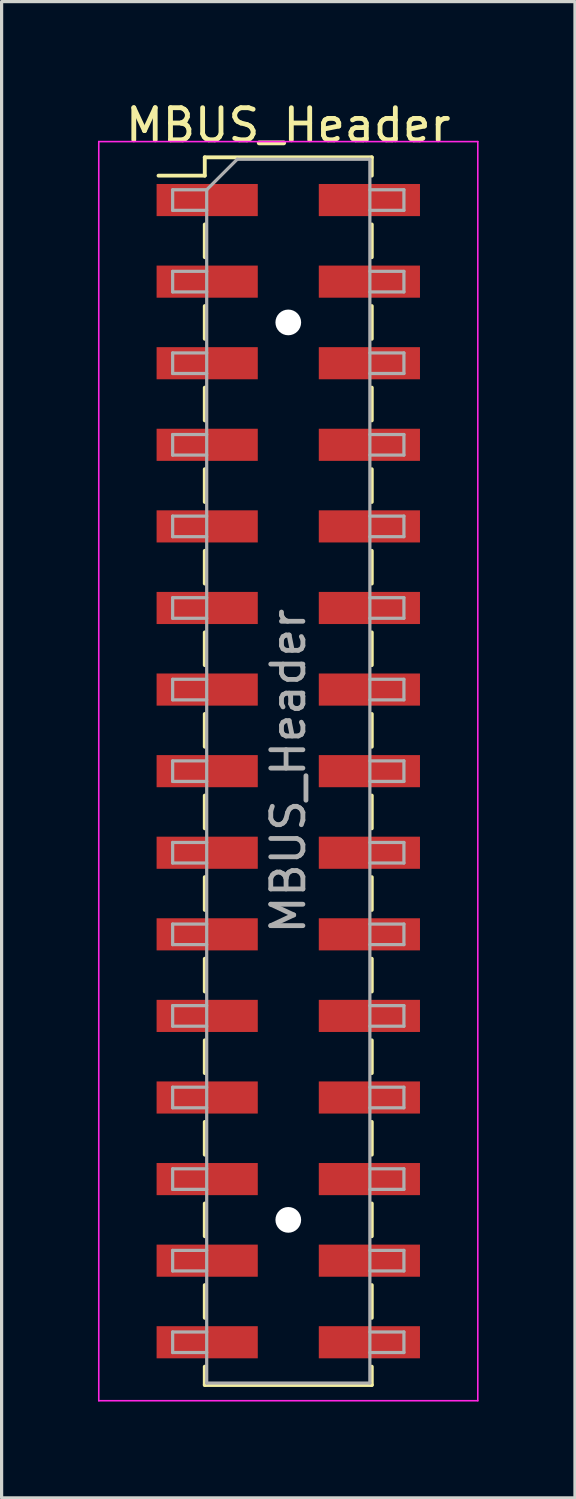
<source format=kicad_pcb>
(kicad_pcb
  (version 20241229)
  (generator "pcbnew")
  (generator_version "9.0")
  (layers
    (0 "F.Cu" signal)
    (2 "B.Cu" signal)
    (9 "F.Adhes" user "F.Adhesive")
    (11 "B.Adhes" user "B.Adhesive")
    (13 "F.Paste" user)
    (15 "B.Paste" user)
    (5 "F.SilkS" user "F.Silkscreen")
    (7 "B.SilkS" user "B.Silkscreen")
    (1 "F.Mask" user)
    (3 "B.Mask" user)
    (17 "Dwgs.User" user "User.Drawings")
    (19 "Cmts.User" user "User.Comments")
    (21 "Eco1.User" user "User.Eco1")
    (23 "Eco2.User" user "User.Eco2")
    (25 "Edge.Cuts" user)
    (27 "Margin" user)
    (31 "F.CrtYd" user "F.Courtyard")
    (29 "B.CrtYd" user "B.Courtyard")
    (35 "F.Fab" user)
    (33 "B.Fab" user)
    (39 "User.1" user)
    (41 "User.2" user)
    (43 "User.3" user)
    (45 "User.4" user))
  (footprint "MBUS_Header"
    (layer "F.Cu")
    (at 5.925 20.958)
    (property "Reference" "MBUS_Header" (at 0 -20.11 0) (layer "F.SilkS") (effects (font (size 1 1) (thickness 0.15))))
    (attr smd)
    (fp_line (start -4.04 -18.54) (end -2.6 -18.54) (stroke (width 0.12) (type solid)) (layer "F.SilkS"))
    (fp_line (start -2.6 -19.11) (end -2.6 -18.54) (stroke (width 0.12) (type solid)) (layer "F.SilkS"))
    (fp_line (start -2.6 -19.11) (end 2.6 -19.11) (stroke (width 0.12) (type solid)) (layer "F.SilkS"))
    (fp_line (start -2.6 -17.02) (end -2.6 -16) (stroke (width 0.12) (type solid)) (layer "F.SilkS"))
    (fp_line (start -2.6 -14.48) (end -2.6 -13.46) (stroke (width 0.12) (type solid)) (layer "F.SilkS"))
    (fp_line (start -2.6 -11.94) (end -2.6 -10.92) (stroke (width 0.12) (type solid)) (layer "F.SilkS"))
    (fp_line (start -2.6 -9.4) (end -2.6 -8.38) (stroke (width 0.12) (type solid)) (layer "F.SilkS"))
    (fp_line (start -2.6 -6.86) (end -2.6 -5.84) (stroke (width 0.12) (type solid)) (layer "F.SilkS"))
    (fp_line (start -2.6 -4.32) (end -2.6 -3.3) (stroke (width 0.12) (type solid)) (layer "F.SilkS"))
    (fp_line (start -2.6 -1.78) (end -2.6 -0.76) (stroke (width 0.12) (type solid)) (layer "F.SilkS"))
    (fp_line (start -2.6 0.76) (end -2.6 1.78) (stroke (width 0.12) (type solid)) (layer "F.SilkS"))
    (fp_line (start -2.6 3.3) (end -2.6 4.32) (stroke (width 0.12) (type solid)) (layer "F.SilkS"))
    (fp_line (start -2.6 5.84) (end -2.6 6.86) (stroke (width 0.12) (type solid)) (layer "F.SilkS"))
    (fp_line (start -2.6 8.38) (end -2.6 9.4) (stroke (width 0.12) (type solid)) (layer "F.SilkS"))
    (fp_line (start -2.6 10.92) (end -2.6 11.94) (stroke (width 0.12) (type solid)) (layer "F.SilkS"))
    (fp_line (start -2.6 13.46) (end -2.6 14.48) (stroke (width 0.12) (type solid)) (layer "F.SilkS"))
    (fp_line (start -2.6 16) (end -2.6 17.02) (stroke (width 0.12) (type solid)) (layer "F.SilkS"))
    (fp_line (start -2.6 18.54) (end -2.6 19.11) (stroke (width 0.12) (type solid)) (layer "F.SilkS"))
    (fp_line (start -2.6 19.11) (end 2.6 19.11) (stroke (width 0.12) (type solid)) (layer "F.SilkS"))
    (fp_line (start 2.6 -19.11) (end 2.6 -18.54) (stroke (width 0.12) (type solid)) (layer "F.SilkS"))
    (fp_line (start 2.6 -17.02) (end 2.6 -16) (stroke (width 0.12) (type solid)) (layer "F.SilkS"))
    (fp_line (start 2.6 -14.48) (end 2.6 -13.46) (stroke (width 0.12) (type solid)) (layer "F.SilkS"))
    (fp_line (start 2.6 -11.94) (end 2.6 -10.92) (stroke (width 0.12) (type solid)) (layer "F.SilkS"))
    (fp_line (start 2.6 -9.4) (end 2.6 -8.38) (stroke (width 0.12) (type solid)) (layer "F.SilkS"))
    (fp_line (start 2.6 -6.86) (end 2.6 -5.84) (stroke (width 0.12) (type solid)) (layer "F.SilkS"))
    (fp_line (start 2.6 -4.32) (end 2.6 -3.3) (stroke (width 0.12) (type solid)) (layer "F.SilkS"))
    (fp_line (start 2.6 -1.78) (end 2.6 -0.76) (stroke (width 0.12) (type solid)) (layer "F.SilkS"))
    (fp_line (start 2.6 0.76) (end 2.6 1.78) (stroke (width 0.12) (type solid)) (layer "F.SilkS"))
    (fp_line (start 2.6 3.3) (end 2.6 4.32) (stroke (width 0.12) (type solid)) (layer "F.SilkS"))
    (fp_line (start 2.6 5.84) (end 2.6 6.86) (stroke (width 0.12) (type solid)) (layer "F.SilkS"))
    (fp_line (start 2.6 8.38) (end 2.6 9.4) (stroke (width 0.12) (type solid)) (layer "F.SilkS"))
    (fp_line (start 2.6 10.92) (end 2.6 11.94) (stroke (width 0.12) (type solid)) (layer "F.SilkS"))
    (fp_line (start 2.6 13.46) (end 2.6 14.48) (stroke (width 0.12) (type solid)) (layer "F.SilkS"))
    (fp_line (start 2.6 16) (end 2.6 17.02) (stroke (width 0.12) (type solid)) (layer "F.SilkS"))
    (fp_line (start 2.6 18.54) (end 2.6 19.11) (stroke (width 0.12) (type solid)) (layer "F.SilkS"))
    (fp_line (start -5.9 -19.6) (end -5.9 19.6) (stroke (width 0.05) (type solid)) (layer "F.CrtYd"))
    (fp_line (start -5.9 19.6) (end 5.9 19.6) (stroke (width 0.05) (type solid)) (layer "F.CrtYd"))
    (fp_line (start 5.9 -19.6) (end -5.9 -19.6) (stroke (width 0.05) (type solid)) (layer "F.CrtYd"))
    (fp_line (start 5.9 19.6) (end 5.9 -19.6) (stroke (width 0.05) (type solid)) (layer "F.CrtYd"))
    (fp_line (start -3.6 -18.1) (end -3.6 -17.46) (stroke (width 0.1) (type solid)) (layer "F.Fab"))
    (fp_line (start -3.6 -17.46) (end -2.54 -17.46) (stroke (width 0.1) (type solid)) (layer "F.Fab"))
    (fp_line (start -3.6 -15.56) (end -3.6 -14.92) (stroke (width 0.1) (type solid)) (layer "F.Fab"))
    (fp_line (start -3.6 -14.92) (end -2.54 -14.92) (stroke (width 0.1) (type solid)) (layer "F.Fab"))
    (fp_line (start -3.6 -13.02) (end -3.6 -12.38) (stroke (width 0.1) (type solid)) (layer "F.Fab"))
    (fp_line (start -3.6 -12.38) (end -2.54 -12.38) (stroke (width 0.1) (type solid)) (layer "F.Fab"))
    (fp_line (start -3.6 -10.48) (end -3.6 -9.84) (stroke (width 0.1) (type solid)) (layer "F.Fab"))
    (fp_line (start -3.6 -9.84) (end -2.54 -9.84) (stroke (width 0.1) (type solid)) (layer "F.Fab"))
    (fp_line (start -3.6 -7.94) (end -3.6 -7.3) (stroke (width 0.1) (type solid)) (layer "F.Fab"))
    (fp_line (start -3.6 -7.3) (end -2.54 -7.3) (stroke (width 0.1) (type solid)) (layer "F.Fab"))
    (fp_line (start -3.6 -5.4) (end -3.6 -4.76) (stroke (width 0.1) (type solid)) (layer "F.Fab"))
    (fp_line (start -3.6 -4.76) (end -2.54 -4.76) (stroke (width 0.1) (type solid)) (layer "F.Fab"))
    (fp_line (start -3.6 -2.86) (end -3.6 -2.22) (stroke (width 0.1) (type solid)) (layer "F.Fab"))
    (fp_line (start -3.6 -2.22) (end -2.54 -2.22) (stroke (width 0.1) (type solid)) (layer "F.Fab"))
    (fp_line (start -3.6 -0.32) (end -3.6 0.32) (stroke (width 0.1) (type solid)) (layer "F.Fab"))
    (fp_line (start -3.6 0.32) (end -2.54 0.32) (stroke (width 0.1) (type solid)) (layer "F.Fab"))
    (fp_line (start -3.6 2.22) (end -3.6 2.86) (stroke (width 0.1) (type solid)) (layer "F.Fab"))
    (fp_line (start -3.6 2.86) (end -2.54 2.86) (stroke (width 0.1) (type solid)) (layer "F.Fab"))
    (fp_line (start -3.6 4.76) (end -3.6 5.4) (stroke (width 0.1) (type solid)) (layer "F.Fab"))
    (fp_line (start -3.6 5.4) (end -2.54 5.4) (stroke (width 0.1) (type solid)) (layer "F.Fab"))
    (fp_line (start -3.6 7.3) (end -3.6 7.94) (stroke (width 0.1) (type solid)) (layer "F.Fab"))
    (fp_line (start -3.6 7.94) (end -2.54 7.94) (stroke (width 0.1) (type solid)) (layer "F.Fab"))
    (fp_line (start -3.6 9.84) (end -3.6 10.48) (stroke (width 0.1) (type solid)) (layer "F.Fab"))
    (fp_line (start -3.6 10.48) (end -2.54 10.48) (stroke (width 0.1) (type solid)) (layer "F.Fab"))
    (fp_line (start -3.6 12.38) (end -3.6 13.02) (stroke (width 0.1) (type solid)) (layer "F.Fab"))
    (fp_line (start -3.6 13.02) (end -2.54 13.02) (stroke (width 0.1) (type solid)) (layer "F.Fab"))
    (fp_line (start -3.6 14.92) (end -3.6 15.56) (stroke (width 0.1) (type solid)) (layer "F.Fab"))
    (fp_line (start -3.6 15.56) (end -2.54 15.56) (stroke (width 0.1) (type solid)) (layer "F.Fab"))
    (fp_line (start -3.6 17.46) (end -3.6 18.1) (stroke (width 0.1) (type solid)) (layer "F.Fab"))
    (fp_line (start -3.6 18.1) (end -2.54 18.1) (stroke (width 0.1) (type solid)) (layer "F.Fab"))
    (fp_line (start -2.54 -18.1) (end -3.6 -18.1) (stroke (width 0.1) (type solid)) (layer "F.Fab"))
    (fp_line (start -2.54 -18.1) (end -1.59 -19.05) (stroke (width 0.1) (type solid)) (layer "F.Fab"))
    (fp_line (start -2.54 -15.56) (end -3.6 -15.56) (stroke (width 0.1) (type solid)) (layer "F.Fab"))
    (fp_line (start -2.54 -13.02) (end -3.6 -13.02) (stroke (width 0.1) (type solid)) (layer "F.Fab"))
    (fp_line (start -2.54 -10.48) (end -3.6 -10.48) (stroke (width 0.1) (type solid)) (layer "F.Fab"))
    (fp_line (start -2.54 -7.94) (end -3.6 -7.94) (stroke (width 0.1) (type solid)) (layer "F.Fab"))
    (fp_line (start -2.54 -5.4) (end -3.6 -5.4) (stroke (width 0.1) (type solid)) (layer "F.Fab"))
    (fp_line (start -2.54 -2.86) (end -3.6 -2.86) (stroke (width 0.1) (type solid)) (layer "F.Fab"))
    (fp_line (start -2.54 -0.32) (end -3.6 -0.32) (stroke (width 0.1) (type solid)) (layer "F.Fab"))
    (fp_line (start -2.54 2.22) (end -3.6 2.22) (stroke (width 0.1) (type solid)) (layer "F.Fab"))
    (fp_line (start -2.54 4.76) (end -3.6 4.76) (stroke (width 0.1) (type solid)) (layer "F.Fab"))
    (fp_line (start -2.54 7.3) (end -3.6 7.3) (stroke (width 0.1) (type solid)) (layer "F.Fab"))
    (fp_line (start -2.54 9.84) (end -3.6 9.84) (stroke (width 0.1) (type solid)) (layer "F.Fab"))
    (fp_line (start -2.54 12.38) (end -3.6 12.38) (stroke (width 0.1) (type solid)) (layer "F.Fab"))
    (fp_line (start -2.54 14.92) (end -3.6 14.92) (stroke (width 0.1) (type solid)) (layer "F.Fab"))
    (fp_line (start -2.54 17.46) (end -3.6 17.46) (stroke (width 0.1) (type solid)) (layer "F.Fab"))
    (fp_line (start -2.54 19.05) (end -2.54 -18.1) (stroke (width 0.1) (type solid)) (layer "F.Fab"))
    (fp_line (start -1.59 -19.05) (end 2.54 -19.05) (stroke (width 0.1) (type solid)) (layer "F.Fab"))
    (fp_line (start 2.54 -19.05) (end 2.54 19.05) (stroke (width 0.1) (type solid)) (layer "F.Fab"))
    (fp_line (start 2.54 -18.1) (end 3.6 -18.1) (stroke (width 0.1) (type solid)) (layer "F.Fab"))
    (fp_line (start 2.54 -15.56) (end 3.6 -15.56) (stroke (width 0.1) (type solid)) (layer "F.Fab"))
    (fp_line (start 2.54 -13.02) (end 3.6 -13.02) (stroke (width 0.1) (type solid)) (layer "F.Fab"))
    (fp_line (start 2.54 -10.48) (end 3.6 -10.48) (stroke (width 0.1) (type solid)) (layer "F.Fab"))
    (fp_line (start 2.54 -7.94) (end 3.6 -7.94) (stroke (width 0.1) (type solid)) (layer "F.Fab"))
    (fp_line (start 2.54 -5.4) (end 3.6 -5.4) (stroke (width 0.1) (type solid)) (layer "F.Fab"))
    (fp_line (start 2.54 -2.86) (end 3.6 -2.86) (stroke (width 0.1) (type solid)) (layer "F.Fab"))
    (fp_line (start 2.54 -0.32) (end 3.6 -0.32) (stroke (width 0.1) (type solid)) (layer "F.Fab"))
    (fp_line (start 2.54 2.22) (end 3.6 2.22) (stroke (width 0.1) (type solid)) (layer "F.Fab"))
    (fp_line (start 2.54 4.76) (end 3.6 4.76) (stroke (width 0.1) (type solid)) (layer "F.Fab"))
    (fp_line (start 2.54 7.3) (end 3.6 7.3) (stroke (width 0.1) (type solid)) (layer "F.Fab"))
    (fp_line (start 2.54 9.84) (end 3.6 9.84) (stroke (width 0.1) (type solid)) (layer "F.Fab"))
    (fp_line (start 2.54 12.38) (end 3.6 12.38) (stroke (width 0.1) (type solid)) (layer "F.Fab"))
    (fp_line (start 2.54 14.92) (end 3.6 14.92) (stroke (width 0.1) (type solid)) (layer "F.Fab"))
    (fp_line (start 2.54 17.46) (end 3.6 17.46) (stroke (width 0.1) (type solid)) (layer "F.Fab"))
    (fp_line (start 2.54 19.05) (end -2.54 19.05) (stroke (width 0.1) (type solid)) (layer "F.Fab"))
    (fp_line (start 3.6 -18.1) (end 3.6 -17.46) (stroke (width 0.1) (type solid)) (layer "F.Fab"))
    (fp_line (start 3.6 -17.46) (end 2.54 -17.46) (stroke (width 0.1) (type solid)) (layer "F.Fab"))
    (fp_line (start 3.6 -15.56) (end 3.6 -14.92) (stroke (width 0.1) (type solid)) (layer "F.Fab"))
    (fp_line (start 3.6 -14.92) (end 2.54 -14.92) (stroke (width 0.1) (type solid)) (layer "F.Fab"))
    (fp_line (start 3.6 -13.02) (end 3.6 -12.38) (stroke (width 0.1) (type solid)) (layer "F.Fab"))
    (fp_line (start 3.6 -12.38) (end 2.54 -12.38) (stroke (width 0.1) (type solid)) (layer "F.Fab"))
    (fp_line (start 3.6 -10.48) (end 3.6 -9.84) (stroke (width 0.1) (type solid)) (layer "F.Fab"))
    (fp_line (start 3.6 -9.84) (end 2.54 -9.84) (stroke (width 0.1) (type solid)) (layer "F.Fab"))
    (fp_line (start 3.6 -7.94) (end 3.6 -7.3) (stroke (width 0.1) (type solid)) (layer "F.Fab"))
    (fp_line (start 3.6 -7.3) (end 2.54 -7.3) (stroke (width 0.1) (type solid)) (layer "F.Fab"))
    (fp_line (start 3.6 -5.4) (end 3.6 -4.76) (stroke (width 0.1) (type solid)) (layer "F.Fab"))
    (fp_line (start 3.6 -4.76) (end 2.54 -4.76) (stroke (width 0.1) (type solid)) (layer "F.Fab"))
    (fp_line (start 3.6 -2.86) (end 3.6 -2.22) (stroke (width 0.1) (type solid)) (layer "F.Fab"))
    (fp_line (start 3.6 -2.22) (end 2.54 -2.22) (stroke (width 0.1) (type solid)) (layer "F.Fab"))
    (fp_line (start 3.6 -0.32) (end 3.6 0.32) (stroke (width 0.1) (type solid)) (layer "F.Fab"))
    (fp_line (start 3.6 0.32) (end 2.54 0.32) (stroke (width 0.1) (type solid)) (layer "F.Fab"))
    (fp_line (start 3.6 2.22) (end 3.6 2.86) (stroke (width 0.1) (type solid)) (layer "F.Fab"))
    (fp_line (start 3.6 2.86) (end 2.54 2.86) (stroke (width 0.1) (type solid)) (layer "F.Fab"))
    (fp_line (start 3.6 4.76) (end 3.6 5.4) (stroke (width 0.1) (type solid)) (layer "F.Fab"))
    (fp_line (start 3.6 5.4) (end 2.54 5.4) (stroke (width 0.1) (type solid)) (layer "F.Fab"))
    (fp_line (start 3.6 7.3) (end 3.6 7.94) (stroke (width 0.1) (type solid)) (layer "F.Fab"))
    (fp_line (start 3.6 7.94) (end 2.54 7.94) (stroke (width 0.1) (type solid)) (layer "F.Fab"))
    (fp_line (start 3.6 9.84) (end 3.6 10.48) (stroke (width 0.1) (type solid)) (layer "F.Fab"))
    (fp_line (start 3.6 10.48) (end 2.54 10.48) (stroke (width 0.1) (type solid)) (layer "F.Fab"))
    (fp_line (start 3.6 12.38) (end 3.6 13.02) (stroke (width 0.1) (type solid)) (layer "F.Fab"))
    (fp_line (start 3.6 13.02) (end 2.54 13.02) (stroke (width 0.1) (type solid)) (layer "F.Fab"))
    (fp_line (start 3.6 14.92) (end 3.6 15.56) (stroke (width 0.1) (type solid)) (layer "F.Fab"))
    (fp_line (start 3.6 15.56) (end 2.54 15.56) (stroke (width 0.1) (type solid)) (layer "F.Fab"))
    (fp_line (start 3.6 17.46) (end 3.6 18.1) (stroke (width 0.1) (type solid)) (layer "F.Fab"))
    (fp_line (start 3.6 18.1) (end 2.54 18.1) (stroke (width 0.1) (type solid)) (layer "F.Fab"))
    (fp_text user "${REFERENCE}" (at 0 0 90) (layer "F.Fab") (effects (font (size 1 1) (thickness 0.15))))
    (pad "" np_thru_hole circle (at 0 -13.97) (size 0.8 0.8) (drill 0.8) (layers "*.Cu" "*.Mask"))
    (pad "" np_thru_hole circle (at 0 13.97) (size 0.8 0.8) (drill 0.8) (layers "*.Cu" "*.Mask"))
    (pad "1" smd rect (at -2.525 -17.78) (size 3.15 1) (layers "F.Cu" "F.Mask" "F.Paste"))
    (pad "2" smd rect (at 2.525 -17.78) (size 3.15 1) (layers "F.Cu" "F.Mask" "F.Paste"))
    (pad "3" smd rect (at -2.525 -15.24) (size 3.15 1) (layers "F.Cu" "F.Mask" "F.Paste"))
    (pad "4" smd rect (at 2.525 -15.24) (size 3.15 1) (layers "F.Cu" "F.Mask" "F.Paste"))
    (pad "5" smd rect (at -2.525 -12.7) (size 3.15 1) (layers "F.Cu" "F.Mask" "F.Paste"))
    (pad "6" smd rect (at 2.525 -12.7) (size 3.15 1) (layers "F.Cu" "F.Mask" "F.Paste"))
    (pad "7" smd rect (at -2.525 -10.16) (size 3.15 1) (layers "F.Cu" "F.Mask" "F.Paste"))
    (pad "8" smd rect (at 2.525 -10.16) (size 3.15 1) (layers "F.Cu" "F.Mask" "F.Paste"))
    (pad "9" smd rect (at -2.525 -7.62) (size 3.15 1) (layers "F.Cu" "F.Mask" "F.Paste"))
    (pad "10" smd rect (at 2.525 -7.62) (size 3.15 1) (layers "F.Cu" "F.Mask" "F.Paste"))
    (pad "11" smd rect (at -2.525 -5.08) (size 3.15 1) (layers "F.Cu" "F.Mask" "F.Paste"))
    (pad "12" smd rect (at 2.525 -5.08) (size 3.15 1) (layers "F.Cu" "F.Mask" "F.Paste"))
    (pad "13" smd rect (at -2.525 -2.54) (size 3.15 1) (layers "F.Cu" "F.Mask" "F.Paste"))
    (pad "14" smd rect (at 2.525 -2.54) (size 3.15 1) (layers "F.Cu" "F.Mask" "F.Paste"))
    (pad "15" smd rect (at -2.525 0) (size 3.15 1) (layers "F.Cu" "F.Mask" "F.Paste"))
    (pad "16" smd rect (at 2.525 0) (size 3.15 1) (layers "F.Cu" "F.Mask" "F.Paste"))
    (pad "17" smd rect (at -2.525 2.54) (size 3.15 1) (layers "F.Cu" "F.Mask" "F.Paste"))
    (pad "18" smd rect (at 2.525 2.54) (size 3.15 1) (layers "F.Cu" "F.Mask" "F.Paste"))
    (pad "19" smd rect (at -2.525 5.08) (size 3.15 1) (layers "F.Cu" "F.Mask" "F.Paste"))
    (pad "20" smd rect (at 2.525 5.08) (size 3.15 1) (layers "F.Cu" "F.Mask" "F.Paste"))
    (pad "21" smd rect (at -2.525 7.62) (size 3.15 1) (layers "F.Cu" "F.Mask" "F.Paste"))
    (pad "22" smd rect (at 2.525 7.62) (size 3.15 1) (layers "F.Cu" "F.Mask" "F.Paste"))
    (pad "23" smd rect (at -2.525 10.16) (size 3.15 1) (layers "F.Cu" "F.Mask" "F.Paste"))
    (pad "24" smd rect (at 2.525 10.16) (size 3.15 1) (layers "F.Cu" "F.Mask" "F.Paste"))
    (pad "25" smd rect (at -2.525 12.7) (size 3.15 1) (layers "F.Cu" "F.Mask" "F.Paste"))
    (pad "26" smd rect (at 2.525 12.7) (size 3.15 1) (layers "F.Cu" "F.Mask" "F.Paste"))
    (pad "27" smd rect (at -2.525 15.24) (size 3.15 1) (layers "F.Cu" "F.Mask" "F.Paste"))
    (pad "28" smd rect (at 2.525 15.24) (size 3.15 1) (layers "F.Cu" "F.Mask" "F.Paste"))
    (pad "29" smd rect (at -2.525 17.78) (size 3.15 1) (layers "F.Cu" "F.Mask" "F.Paste"))
    (pad "30" smd rect (at 2.525 17.78) (size 3.15 1) (layers "F.Cu" "F.Mask" "F.Paste")))
  (gr_rect
    (start -3 -3)
    (end 14.85 43.583)
    (stroke (width 0.1) (type default))
    (fill no)
    (layer "Edge.Cuts")))
</source>
